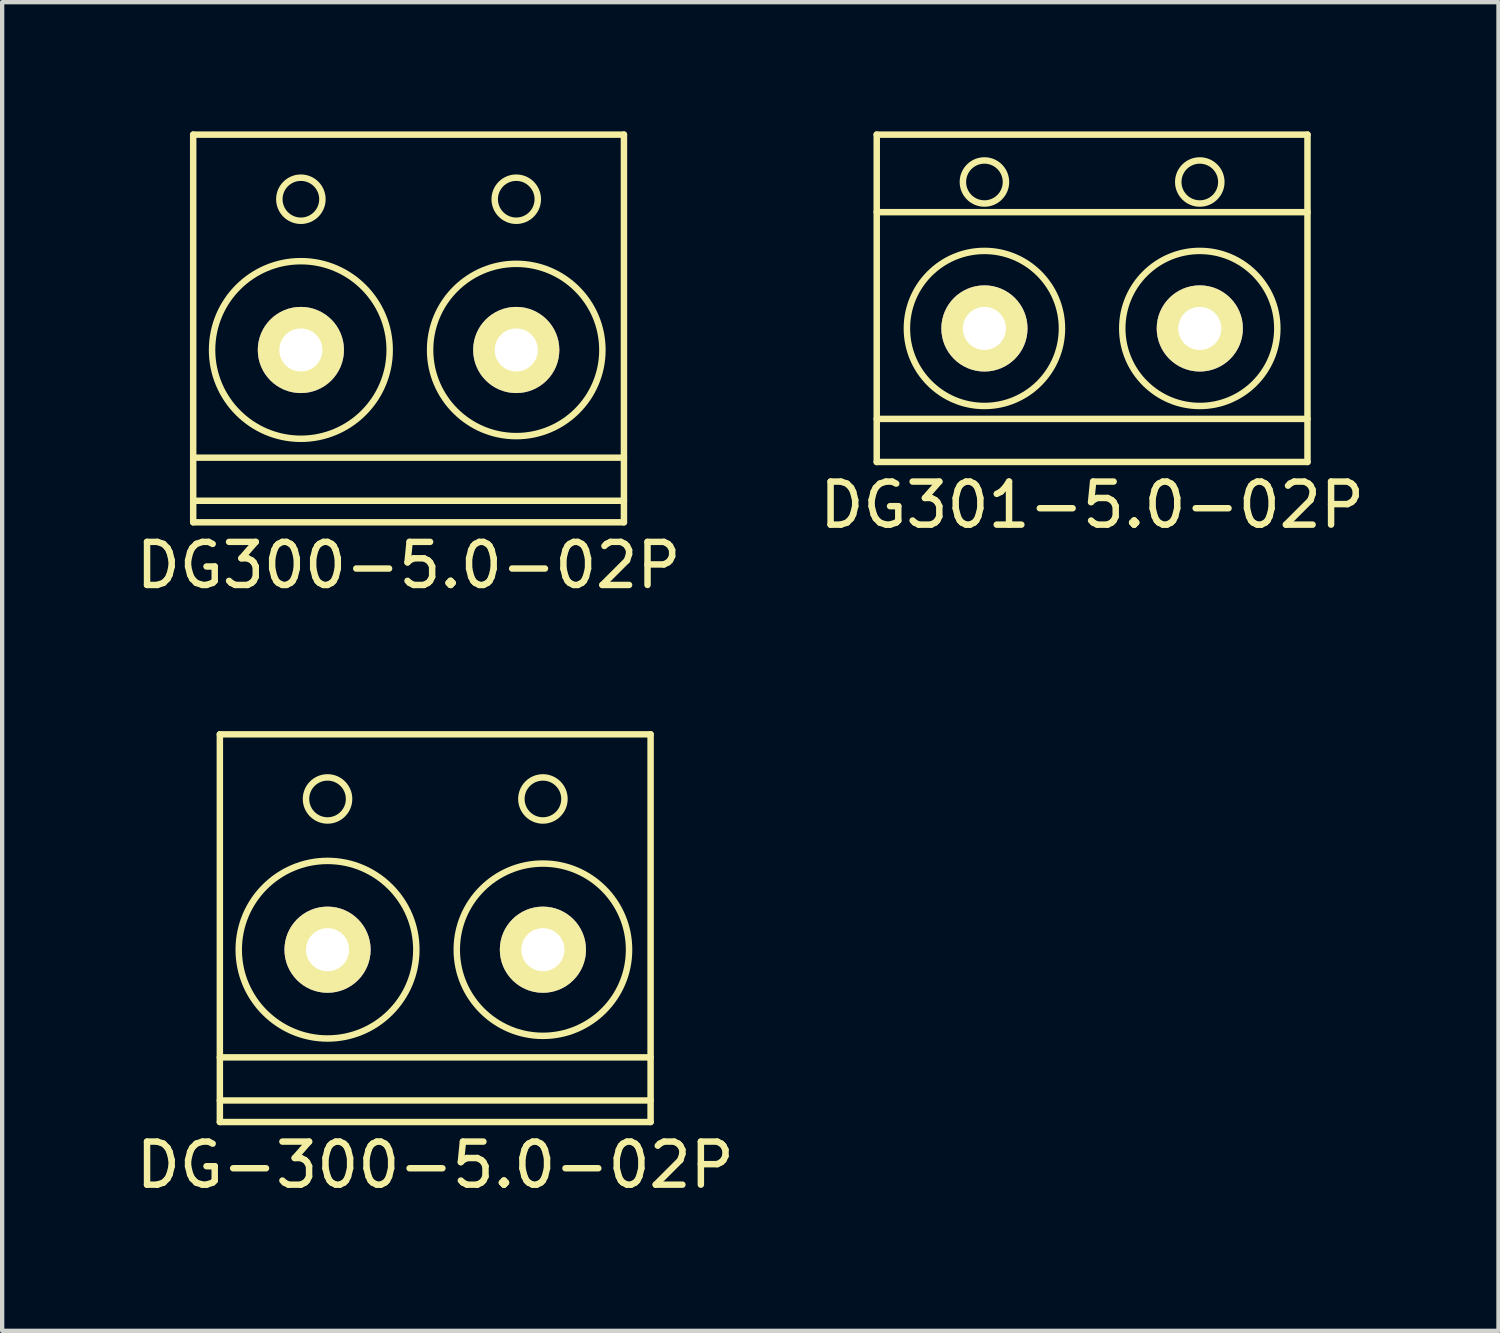
<source format=kicad_pcb>
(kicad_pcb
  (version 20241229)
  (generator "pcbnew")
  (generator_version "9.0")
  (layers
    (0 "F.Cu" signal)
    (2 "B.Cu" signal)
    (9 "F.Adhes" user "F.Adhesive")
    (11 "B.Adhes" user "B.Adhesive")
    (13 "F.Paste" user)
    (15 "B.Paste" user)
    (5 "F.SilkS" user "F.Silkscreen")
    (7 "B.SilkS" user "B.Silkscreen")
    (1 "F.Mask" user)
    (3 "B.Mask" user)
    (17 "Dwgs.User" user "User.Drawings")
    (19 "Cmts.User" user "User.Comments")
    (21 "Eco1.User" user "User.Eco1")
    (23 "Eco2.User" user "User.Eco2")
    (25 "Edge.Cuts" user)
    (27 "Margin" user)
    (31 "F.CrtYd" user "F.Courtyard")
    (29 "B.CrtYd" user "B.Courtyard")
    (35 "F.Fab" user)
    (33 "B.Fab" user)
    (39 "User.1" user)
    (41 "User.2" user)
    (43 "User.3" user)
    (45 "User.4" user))
  (footprint "DG-300-5.0-02P"
    (layer "F.Cu")
    (at 7.054 23.998)
    (property "Reference" "DG-300-5.0-02P" (at 0 0 0) (layer "F.SilkS") (effects (font (size 1 1) (thickness 0.15))))
    (attr through_hole)
    (fp_line (start -5 -10) (end -5 -1) (stroke (width 0.15) (type solid)) (layer "F.SilkS"))
    (fp_line (start -5 -2.5) (end 5 -2.5) (stroke (width 0.15) (type solid)) (layer "F.SilkS"))
    (fp_line (start -5 -1.5) (end 5 -1.5) (stroke (width 0.15) (type solid)) (layer "F.SilkS"))
    (fp_line (start -5 -1) (end 5 -1) (stroke (width 0.15) (type solid)) (layer "F.SilkS"))
    (fp_line (start 5 -10) (end -5 -10) (stroke (width 0.15) (type solid)) (layer "F.SilkS"))
    (fp_line (start 5 -1) (end 5 -10) (stroke (width 0.15) (type solid)) (layer "F.SilkS"))
    (fp_circle (center -2.5 -8.5) (end -2 -8.5) (stroke (width 0.15) (type solid)) (fill no) (layer "F.SilkS"))
    (fp_circle (center -2.5 -5) (end -0.5 -4.5) (stroke (width 0.15) (type solid)) (fill no) (layer "F.SilkS"))
    (fp_circle (center 2.5 -8.5) (end 3 -8.5) (stroke (width 0.15) (type solid)) (fill no) (layer "F.SilkS"))
    (fp_circle (center 2.5 -5) (end 4.5 -5) (stroke (width 0.15) (type solid)) (fill no) (layer "F.SilkS"))
    (pad "1" thru_hole circle (at -2.5 -5) (size 2 2) (drill 1) (layers "*.Cu" "*.Mask" "F.SilkS"))
    (pad "2" thru_hole circle (at 2.5 -5) (size 2 2) (drill 1) (layers "*.Cu" "*.Mask" "F.SilkS")))
  (footprint "DG301-5.0-02P"
    (layer "F.Cu")
    (at 22.304 7.675)
    (property "Reference" "DG301-5.0-02P" (at 0 1 0) (layer "F.SilkS") (effects (font (size 1 1) (thickness 0.15))))
    (attr through_hole)
    (fp_line (start -5 -7.6) (end -5 0) (stroke (width 0.15) (type solid)) (layer "F.SilkS"))
    (fp_line (start -5 -5.8) (end 5 -5.8) (stroke (width 0.15) (type solid)) (layer "F.SilkS"))
    (fp_line (start -5 -1) (end 5 -1) (stroke (width 0.15) (type solid)) (layer "F.SilkS"))
    (fp_line (start -5 0) (end 5 0) (stroke (width 0.15) (type solid)) (layer "F.SilkS"))
    (fp_line (start 5 -7.6) (end -5 -7.6) (stroke (width 0.15) (type solid)) (layer "F.SilkS"))
    (fp_line (start 5 0) (end 5 -7.6) (stroke (width 0.15) (type solid)) (layer "F.SilkS"))
    (fp_circle (center -2.5 -6.5) (end -2 -6.5) (stroke (width 0.15) (type solid)) (fill no) (layer "F.SilkS"))
    (fp_circle (center -2.5 -3.1) (end -0.7 -3.1) (stroke (width 0.15) (type solid)) (fill no) (layer "F.SilkS"))
    (fp_circle (center 2.5 -6.5) (end 3 -6.5) (stroke (width 0.15) (type solid)) (fill no) (layer "F.SilkS"))
    (fp_circle (center 2.5 -3.1) (end 4.3 -3.1) (stroke (width 0.15) (type solid)) (fill no) (layer "F.SilkS"))
    (pad "1" thru_hole circle (at -2.5 -3.1) (size 2 2) (drill 1) (layers "*.Cu" "*.Mask" "F.SilkS"))
    (pad "2" thru_hole circle (at 2.5 -3.1) (size 2 2) (drill 1) (layers "*.Cu" "*.Mask" "F.SilkS")))
  (footprint "DG300-5.0-02P"
    (layer "F.Cu")
    (at 6.435 10.075)
    (property "Reference" "DG300-5.0-02P" (at 0 0 0) (layer "F.SilkS") (effects (font (size 1 1) (thickness 0.15))))
    (attr through_hole)
    (fp_line (start -5 -10) (end -5 -1) (stroke (width 0.15) (type solid)) (layer "F.SilkS"))
    (fp_line (start -5 -2.5) (end 5 -2.5) (stroke (width 0.15) (type solid)) (layer "F.SilkS"))
    (fp_line (start -5 -1.5) (end 5 -1.5) (stroke (width 0.15) (type solid)) (layer "F.SilkS"))
    (fp_line (start -5 -1) (end 5 -1) (stroke (width 0.15) (type solid)) (layer "F.SilkS"))
    (fp_line (start 5 -10) (end -5 -10) (stroke (width 0.15) (type solid)) (layer "F.SilkS"))
    (fp_line (start 5 -1) (end 5 -10) (stroke (width 0.15) (type solid)) (layer "F.SilkS"))
    (fp_circle (center -2.5 -8.5) (end -2 -8.5) (stroke (width 0.15) (type solid)) (fill no) (layer "F.SilkS"))
    (fp_circle (center -2.5 -5) (end -0.5 -4.5) (stroke (width 0.15) (type solid)) (fill no) (layer "F.SilkS"))
    (fp_circle (center 2.5 -8.5) (end 3 -8.5) (stroke (width 0.15) (type solid)) (fill no) (layer "F.SilkS"))
    (fp_circle (center 2.5 -5) (end 4.5 -5) (stroke (width 0.15) (type solid)) (fill no) (layer "F.SilkS"))
    (pad "1" thru_hole circle (at -2.5 -5) (size 2 2) (drill 1) (layers "*.Cu" "*.Mask" "F.SilkS"))
    (pad "2" thru_hole circle (at 2.5 -5) (size 2 2) (drill 1) (layers "*.Cu" "*.Mask" "F.SilkS")))
  (gr_rect
    (start -3 -3)
    (end 31.738 27.846)
    (stroke (width 0.1) (type default))
    (fill no)
    (layer "Edge.Cuts")))
</source>
